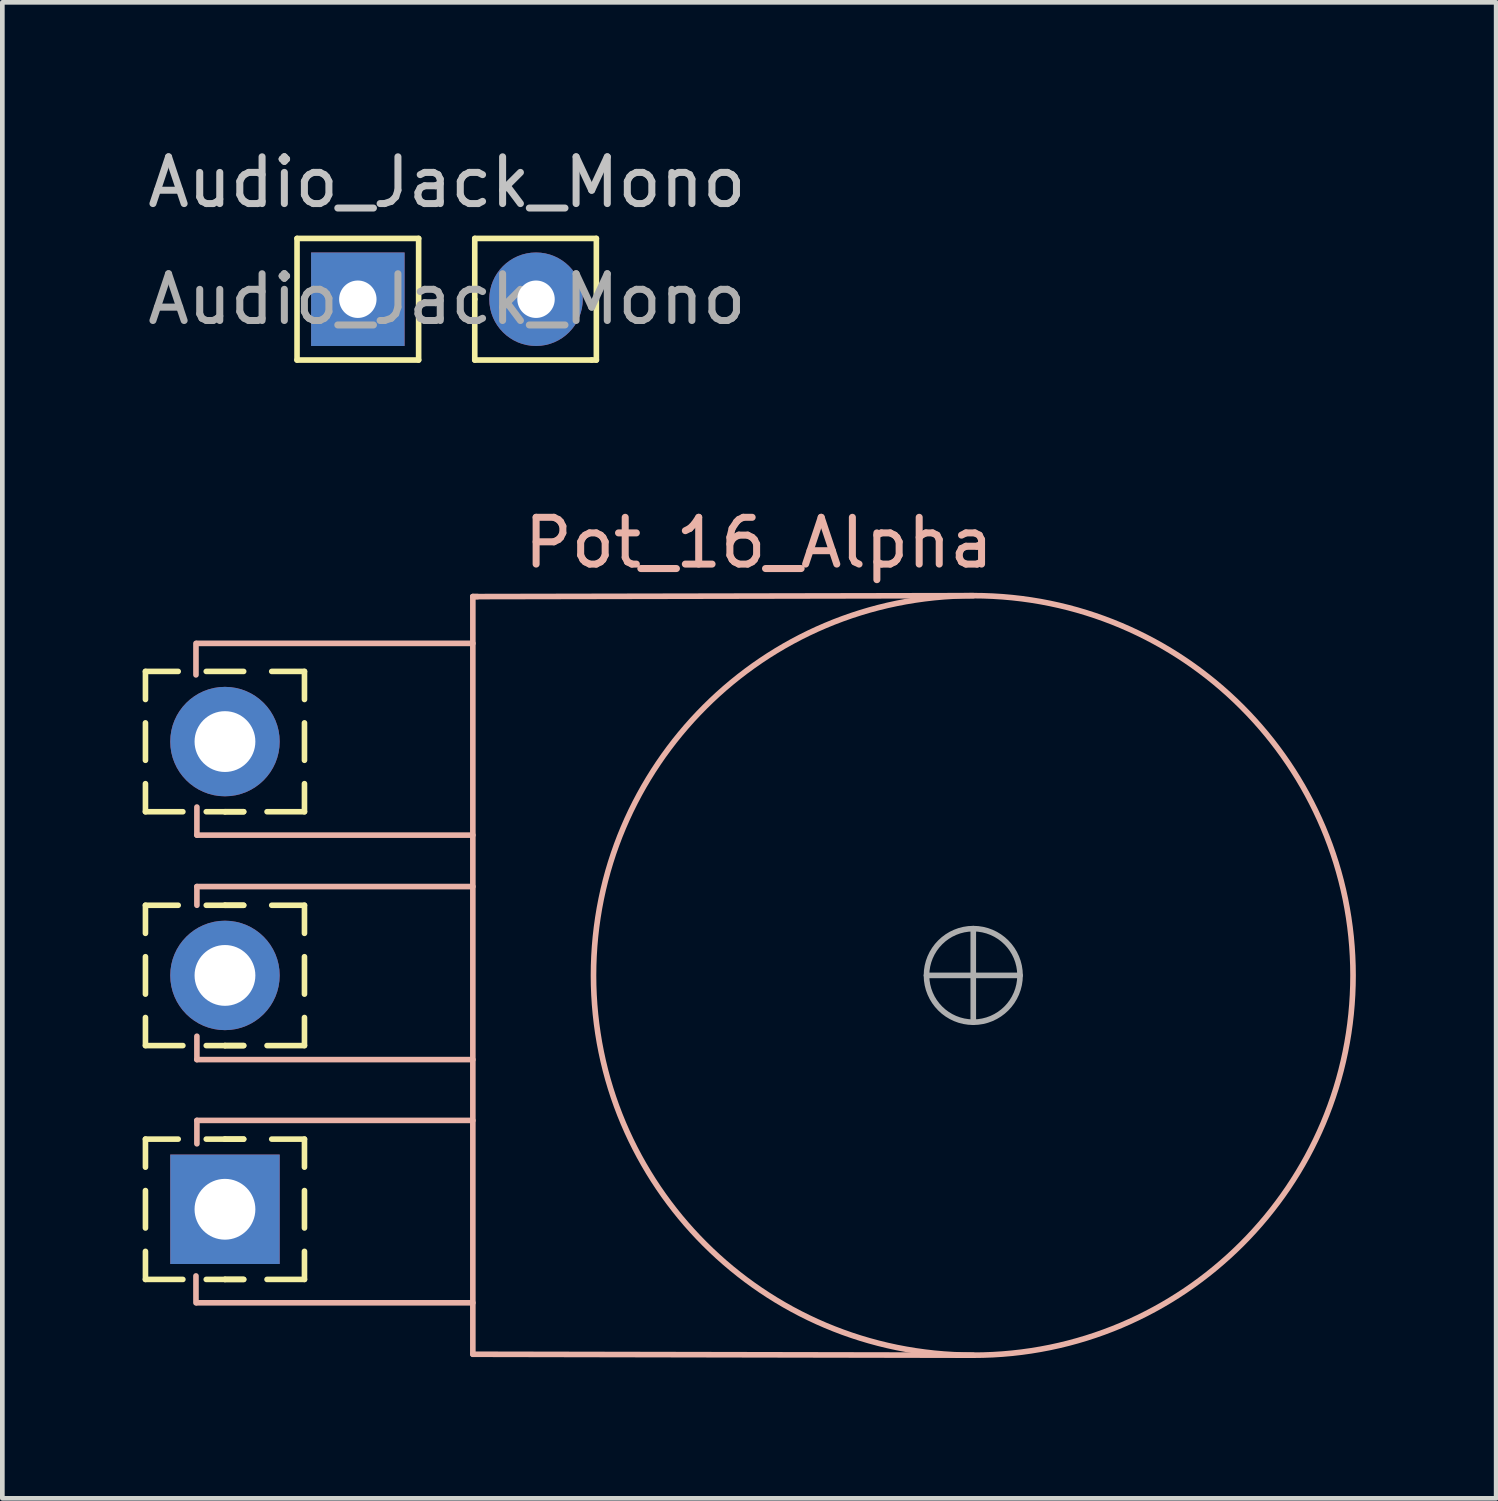
<source format=kicad_pcb>
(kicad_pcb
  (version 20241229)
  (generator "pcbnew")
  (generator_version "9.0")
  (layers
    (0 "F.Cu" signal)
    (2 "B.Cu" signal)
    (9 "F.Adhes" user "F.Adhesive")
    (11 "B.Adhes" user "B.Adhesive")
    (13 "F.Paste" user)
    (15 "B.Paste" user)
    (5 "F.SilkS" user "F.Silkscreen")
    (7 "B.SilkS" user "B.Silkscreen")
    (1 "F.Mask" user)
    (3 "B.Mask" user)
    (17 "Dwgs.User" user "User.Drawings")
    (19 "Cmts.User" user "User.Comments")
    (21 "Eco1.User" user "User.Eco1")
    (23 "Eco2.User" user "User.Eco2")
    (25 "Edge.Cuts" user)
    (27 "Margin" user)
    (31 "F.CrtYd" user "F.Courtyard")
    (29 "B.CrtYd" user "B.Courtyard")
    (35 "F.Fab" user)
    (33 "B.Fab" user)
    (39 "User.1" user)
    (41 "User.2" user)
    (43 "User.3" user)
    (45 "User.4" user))
  (footprint "Pot_16_Alpha"
    (layer "F.Cu")
    (at 1.76 22.806)
    (property "Reference" "Pot_16_Alpha" (at 11.415 -14.25 0) (layer "B.SilkS") (effects (font (size 1 1) (thickness 0.15))))
    (attr through_hole)
    (fp_line (start -1.7 -11.5) (end -1 -11.5) (stroke (width 0.12) (type solid)) (layer "F.SilkS"))
    (fp_line (start -1.7 -10.9) (end -1.7 -11.5) (stroke (width 0.12) (type solid)) (layer "F.SilkS"))
    (fp_line (start -1.7 -9.6) (end -1.7 -10.4) (stroke (width 0.12) (type solid)) (layer "F.SilkS"))
    (fp_line (start -1.7 -9.1) (end -1.7 -8.5) (stroke (width 0.12) (type solid)) (layer "F.SilkS"))
    (fp_line (start -1.7 -8.5) (end -0.9 -8.5) (stroke (width 0.12) (type solid)) (layer "F.SilkS"))
    (fp_line (start -1.7 -6.5) (end -1 -6.5) (stroke (width 0.12) (type solid)) (layer "F.SilkS"))
    (fp_line (start -1.7 -5.9) (end -1.7 -6.5) (stroke (width 0.12) (type solid)) (layer "F.SilkS"))
    (fp_line (start -1.7 -4.6) (end -1.7 -5.4) (stroke (width 0.12) (type solid)) (layer "F.SilkS"))
    (fp_line (start -1.7 -4.1) (end -1.7 -3.5) (stroke (width 0.12) (type solid)) (layer "F.SilkS"))
    (fp_line (start -1.7 -3.5) (end -0.9 -3.5) (stroke (width 0.12) (type solid)) (layer "F.SilkS"))
    (fp_line (start -1.7 -1.5) (end -1 -1.5) (stroke (width 0.12) (type solid)) (layer "F.SilkS"))
    (fp_line (start -1.7 -0.9) (end -1.7 -1.5) (stroke (width 0.12) (type solid)) (layer "F.SilkS"))
    (fp_line (start -1.7 0.4) (end -1.7 -0.4) (stroke (width 0.12) (type solid)) (layer "F.SilkS"))
    (fp_line (start -1.7 0.9) (end -1.7 1.5) (stroke (width 0.12) (type solid)) (layer "F.SilkS"))
    (fp_line (start -1.7 1.5) (end -0.9 1.5) (stroke (width 0.12) (type solid)) (layer "F.SilkS"))
    (fp_line (start -0.4 -11.5) (end 0.4 -11.5) (stroke (width 0.12) (type solid)) (layer "F.SilkS"))
    (fp_line (start 0 -8.5) (end -0.4 -8.5) (stroke (width 0.12) (type solid)) (layer "F.SilkS"))
    (fp_line (start 0 -8.5) (end 0.4 -8.5) (stroke (width 0.12) (type solid)) (layer "F.SilkS"))
    (fp_line (start 0 -6.5) (end -0.4 -6.5) (stroke (width 0.12) (type solid)) (layer "F.SilkS"))
    (fp_line (start 0 -6.5) (end 0.4 -6.5) (stroke (width 0.12) (type solid)) (layer "F.SilkS"))
    (fp_line (start 0 -3.5) (end -0.4 -3.5) (stroke (width 0.12) (type solid)) (layer "F.SilkS"))
    (fp_line (start 0 -3.5) (end 0.4 -3.5) (stroke (width 0.12) (type solid)) (layer "F.SilkS"))
    (fp_line (start 0 -1.5) (end -0.4 -1.5) (stroke (width 0.12) (type solid)) (layer "F.SilkS"))
    (fp_line (start 0 -1.5) (end 0.4 -1.5) (stroke (width 0.12) (type solid)) (layer "F.SilkS"))
    (fp_line (start 0 1.5) (end -0.4 1.5) (stroke (width 0.12) (type solid)) (layer "F.SilkS"))
    (fp_line (start 0 1.5) (end 0.4 1.5) (stroke (width 0.12) (type solid)) (layer "F.SilkS"))
    (fp_line (start 0.4 -8.5) (end 0 -8.5) (stroke (width 0.12) (type solid)) (layer "F.SilkS"))
    (fp_line (start 0.4 -6.5) (end 0 -6.5) (stroke (width 0.12) (type solid)) (layer "F.SilkS"))
    (fp_line (start 0.4 -3.5) (end 0 -3.5) (stroke (width 0.12) (type solid)) (layer "F.SilkS"))
    (fp_line (start 0.4 -1.5) (end 0 -1.5) (stroke (width 0.12) (type solid)) (layer "F.SilkS"))
    (fp_line (start 0.4 1.5) (end 0 1.5) (stroke (width 0.12) (type solid)) (layer "F.SilkS"))
    (fp_line (start 1.7 -11.5) (end 1 -11.5) (stroke (width 0.12) (type solid)) (layer "F.SilkS"))
    (fp_line (start 1.7 -10.9) (end 1.7 -11.5) (stroke (width 0.12) (type solid)) (layer "F.SilkS"))
    (fp_line (start 1.7 -10.4) (end 1.7 -9.6) (stroke (width 0.12) (type solid)) (layer "F.SilkS"))
    (fp_line (start 1.7 -9.1) (end 1.7 -8.5) (stroke (width 0.12) (type solid)) (layer "F.SilkS"))
    (fp_line (start 1.7 -8.5) (end 0.9 -8.5) (stroke (width 0.12) (type solid)) (layer "F.SilkS"))
    (fp_line (start 1.7 -6.5) (end 1 -6.5) (stroke (width 0.12) (type solid)) (layer "F.SilkS"))
    (fp_line (start 1.7 -5.9) (end 1.7 -6.5) (stroke (width 0.12) (type solid)) (layer "F.SilkS"))
    (fp_line (start 1.7 -5.4) (end 1.7 -4.6) (stroke (width 0.12) (type solid)) (layer "F.SilkS"))
    (fp_line (start 1.7 -4.1) (end 1.7 -3.5) (stroke (width 0.12) (type solid)) (layer "F.SilkS"))
    (fp_line (start 1.7 -3.5) (end 0.9 -3.5) (stroke (width 0.12) (type solid)) (layer "F.SilkS"))
    (fp_line (start 1.7 -1.5) (end 1 -1.5) (stroke (width 0.12) (type solid)) (layer "F.SilkS"))
    (fp_line (start 1.7 -0.9) (end 1.7 -1.5) (stroke (width 0.12) (type solid)) (layer "F.SilkS"))
    (fp_line (start 1.7 -0.4) (end 1.7 0.4) (stroke (width 0.12) (type solid)) (layer "F.SilkS"))
    (fp_line (start 1.7 0.9) (end 1.7 1.5) (stroke (width 0.12) (type solid)) (layer "F.SilkS"))
    (fp_line (start 1.7 1.5) (end 0.9 1.5) (stroke (width 0.12) (type solid)) (layer "F.SilkS"))
    (fp_line (start -0.62 -12.1) (end -0.62 -11.426) (stroke (width 0.12) (type solid)) (layer "B.SilkS"))
    (fp_line (start -0.62 1.425) (end -0.62 2) (stroke (width 0.12) (type solid)) (layer "B.SilkS"))
    (fp_line (start -0.6 -12.1) (end 5.3 -12.1) (stroke (width 0.12) (type solid)) (layer "B.SilkS"))
    (fp_line (start -0.6 -8) (end -0.6 -8.6) (stroke (width 0.12) (type solid)) (layer "B.SilkS"))
    (fp_line (start -0.6 -8) (end 5.3 -8) (stroke (width 0.12) (type solid)) (layer "B.SilkS"))
    (fp_line (start -0.6 -6.9) (end -0.6 -6.5) (stroke (width 0.12) (type solid)) (layer "B.SilkS"))
    (fp_line (start -0.6 -6.9) (end 5.3 -6.9) (stroke (width 0.12) (type solid)) (layer "B.SilkS"))
    (fp_line (start -0.6 -3.2) (end -0.6 -3.7) (stroke (width 0.12) (type solid)) (layer "B.SilkS"))
    (fp_line (start -0.6 -3.2) (end 5.3 -3.2) (stroke (width 0.12) (type solid)) (layer "B.SilkS"))
    (fp_line (start -0.6 -1.9) (end -0.6 -1.4) (stroke (width 0.12) (type solid)) (layer "B.SilkS"))
    (fp_line (start -0.6 -1.9) (end 5.3 -1.9) (stroke (width 0.12) (type solid)) (layer "B.SilkS"))
    (fp_line (start -0.6 2) (end 5.3 2) (stroke (width 0.12) (type solid)) (layer "B.SilkS"))
    (fp_line (start 5.3 -13.1) (end 5.3 3.1) (stroke (width 0.12) (type solid)) (layer "B.SilkS"))
    (fp_line (start 5.3 3.1) (end 16 3.12) (stroke (width 0.12) (type solid)) (layer "B.SilkS"))
    (fp_line (start 5.4 -13.1) (end 5.3 -13.1) (stroke (width 0.12) (type solid)) (layer "B.SilkS"))
    (fp_line (start 16 -13.12) (end 5.3 -13.1) (stroke (width 0.12) (type solid)) (layer "B.SilkS"))
    (fp_circle (center 16 -5) (end 24.12 -5) (stroke (width 0.12) (type solid)) (fill no) (layer "B.SilkS"))
    (fp_line (start 15 -5) (end 17 -5) (stroke (width 0.12) (type solid)) (layer "F.Fab"))
    (fp_line (start 16 -6) (end 16 -4) (stroke (width 0.12) (type solid)) (layer "F.Fab"))
    (fp_circle (center 16 -5) (end 15 -5) (stroke (width 0.12) (type solid)) (fill no) (layer "F.Fab"))
    (pad "1" thru_hole rect (at 0 0) (size 2.34 2.34) (drill 1.3) (layers "*.Cu" "*.Mask"))
    (pad "2" thru_hole circle (at 0 -5) (size 2.34 2.34) (drill 1.3) (layers "*.Cu" "*.Mask"))
    (pad "3" thru_hole circle (at 0 -10) (size 2.34 2.34) (drill 1.3) (layers "*.Cu" "*.Mask")))
  (footprint "Audio_Jack_Mono"
    (layer "F.Cu")
    (at 4.601 3.348)
    (property "Reference" "Audio_Jack_Mono" (at 1.905 -2.5 0) (layer "Dwgs.User") (effects (font (size 1 1) (thickness 0.15))))
    (attr exclude_from_pos_files exclude_from_bom)
    (fp_line (start -1.3 -1.3) (end 1.3 -1.3) (stroke (width 0.12) (type solid)) (layer "F.SilkS"))
    (fp_line (start -1.3 1.3) (end -1.3 -1.3) (stroke (width 0.12) (type solid)) (layer "F.SilkS"))
    (fp_line (start 1.3 -1.3) (end 1.3 1.3) (stroke (width 0.12) (type solid)) (layer "F.SilkS"))
    (fp_line (start 1.3 1.3) (end -1.3 1.3) (stroke (width 0.12) (type solid)) (layer "F.SilkS"))
    (fp_line (start 2.5 0) (end 2.5 -1.3) (stroke (width 0.12) (type solid)) (layer "F.SilkS"))
    (fp_line (start 2.5 0) (end 2.5 1.3) (stroke (width 0.12) (type solid)) (layer "F.SilkS"))
    (fp_line (start 2.5 1.3) (end 5 1.3) (stroke (width 0.12) (type solid)) (layer "F.SilkS"))
    (fp_line (start 5 1.3) (end 5.1 1.3) (stroke (width 0.12) (type solid)) (layer "F.SilkS"))
    (fp_line (start 5.1 -1.3) (end 2.5 -1.3) (stroke (width 0.12) (type solid)) (layer "F.SilkS"))
    (fp_line (start 5.1 0) (end 5.1 -1.3) (stroke (width 0.12) (type solid)) (layer "F.SilkS"))
    (fp_line (start 5.1 1.3) (end 5.1 0) (stroke (width 0.12) (type solid)) (layer "F.SilkS"))
    (fp_text user "${REFERENCE}" (at 1.905 0 0) (layer "F.Fab") (effects (font (size 1 1) (thickness 0.15))))
    (pad "1" thru_hole rect (at 0 0) (size 1.999 1.999) (drill 0.8) (layers "*.Cu" "*.Mask"))
    (pad "2" thru_hole circle (at 3.81 0) (size 1.999 1.999) (drill 0.8) (layers "*.Cu" "*.Mask")))
  (gr_rect
    (start -3 -3)
    (end 28.94 28.986)
    (stroke (width 0.1) (type default))
    (fill no)
    (layer "Edge.Cuts")))
</source>
